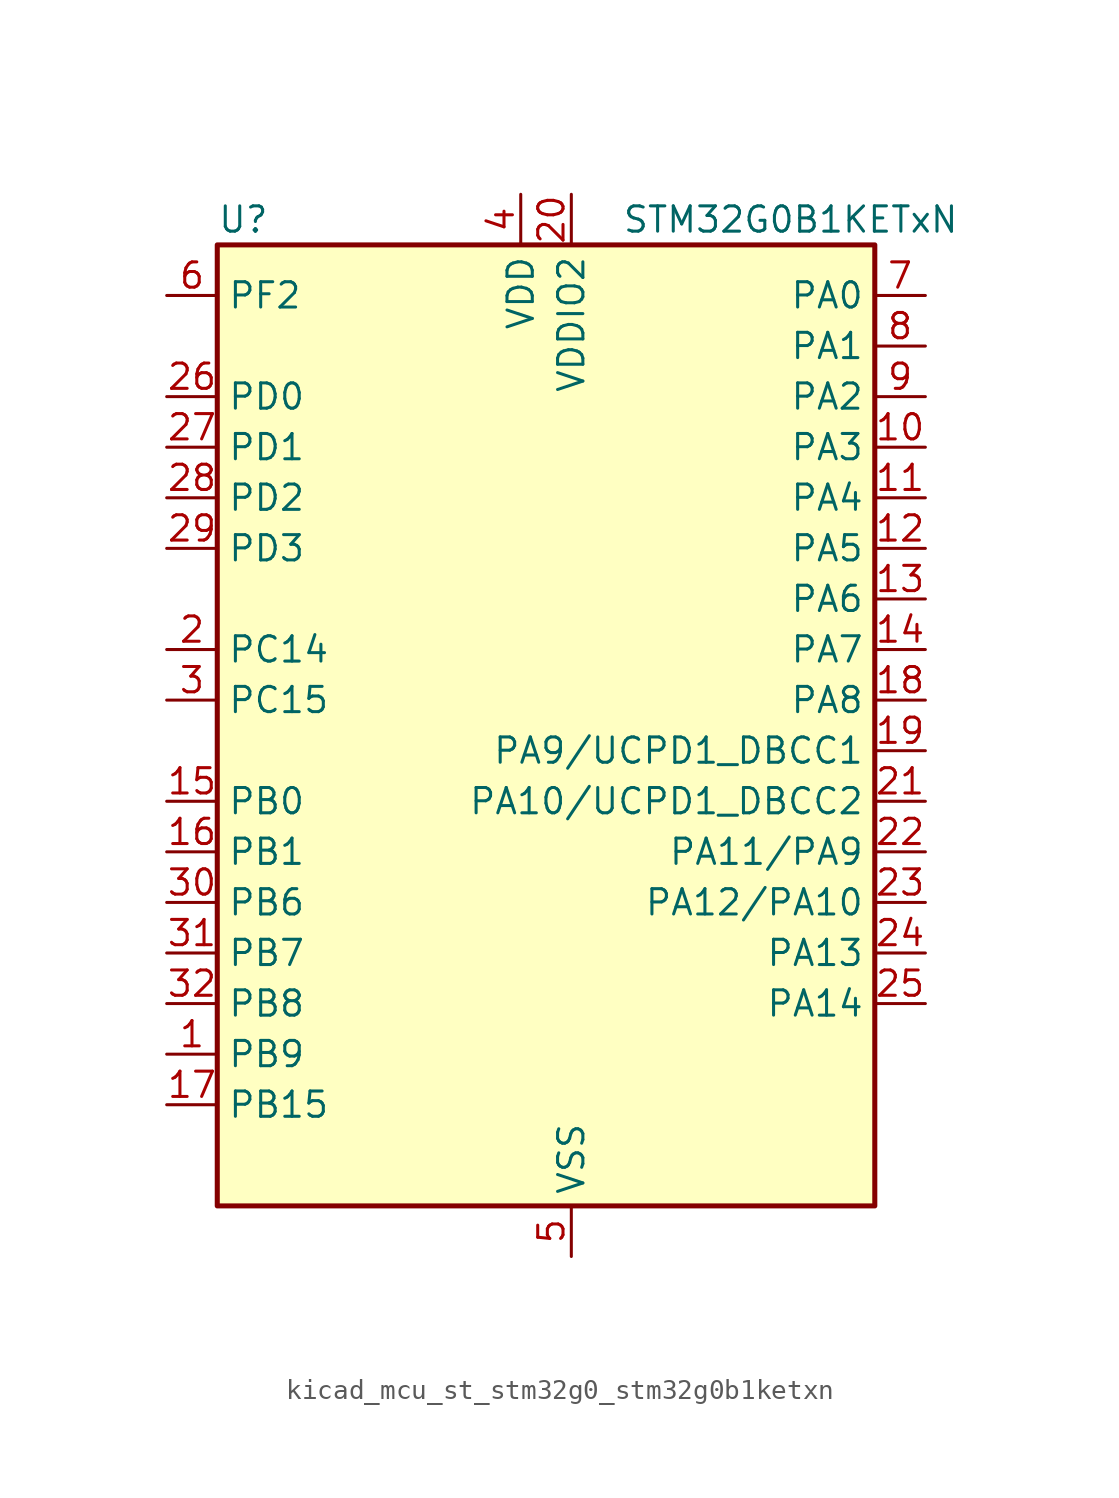
<source format=kicad_sym>
(kicad_symbol_lib
  (version 20220914)
  (generator kicad_symbol_editor)
  (symbol "kicad_mcu_st_stm32g0_stm32g0b1ketxn"
    (property "Reference" "U"
      (at -15.24 26.67 0)
      (effects (font (size 1.27 1.27)) (justify left)))
    (property "Value" "STM32G0B1KETxN"
      (at 5.08 26.67 0)
      (effects (font (size 1.27 1.27)) (justify left)))
    (property "ki_locked" ""
      (at 0 0 0)
      (effects (font (size 1.27 1.27))))
    (symbol "kicad_mcu_st_stm32g0_stm32g0b1ketxn_0_1"
      (rectangle (start -15.24 -22.86) (end 17.78 25.4) (stroke (width 0.254) (type default)) (fill (type background))))
    (symbol "kicad_mcu_st_stm32g0_stm32g0b1ketxn_1_1"
      (pin bidirectional line (at -17.78 -15.24 0) (length 2.54) (name "PB9" (effects (font (size 1.27 1.27)))) (number "1" (effects (font (size 1.27 1.27)))) (alternate "DAC1_EXTI9" bidirectional line) (alternate "FDCAN1_TX" bidirectional line) (alternate "I2C1_SDA" bidirectional line) (alternate "I2S2_WS" bidirectional line) (alternate "IR_OUT" bidirectional line) (alternate "SPI2_NSS" bidirectional line) (alternate "TIM17_CH1" bidirectional line) (alternate "TIM4_CH4" bidirectional line) (alternate "UCPD2_FRSTX1" bidirectional line) (alternate "UCPD2_FRSTX2" bidirectional line) (alternate "USART3_RX" bidirectional line) (alternate "USART6_RX" bidirectional line))
      (pin bidirectional line (at 20.32 15.24 180) (length 2.54) (name "PA3" (effects (font (size 1.27 1.27)))) (number "10" (effects (font (size 1.27 1.27)))) (alternate "ADC1_IN3" bidirectional line) (alternate "COMP2_INP" bidirectional line) (alternate "I2S2_MCK" bidirectional line) (alternate "LPUART1_RX" bidirectional line) (alternate "SPI2_MISO" bidirectional line) (alternate "TIM15_CH2" bidirectional line) (alternate "TIM2_CH4" bidirectional line) (alternate "UCPD2_FRSTX1" bidirectional line) (alternate "UCPD2_FRSTX2" bidirectional line) (alternate "USART2_RX" bidirectional line))
      (pin bidirectional line (at 20.32 12.7 180) (length 2.54) (name "PA4" (effects (font (size 1.27 1.27)))) (number "11" (effects (font (size 1.27 1.27)))) (alternate "ADC1_IN4" bidirectional line) (alternate "DAC1_OUT1" bidirectional line) (alternate "I2S1_WS" bidirectional line) (alternate "I2S2_SD" bidirectional line) (alternate "LPTIM2_OUT" bidirectional line) (alternate "RTC_OUT1" bidirectional line) (alternate "RTC_TAMP_IN1" bidirectional line) (alternate "RTC_TS" bidirectional line) (alternate "SPI1_NSS" bidirectional line) (alternate "SPI2_MOSI" bidirectional line) (alternate "SYS_WKUP2" bidirectional line) (alternate "TIM14_CH1" bidirectional line) (alternate "UCPD2_FRSTX1" bidirectional line) (alternate "UCPD2_FRSTX2" bidirectional line) (alternate "USART6_TX" bidirectional line) (alternate "USB_NOE" bidirectional line))
      (pin bidirectional line (at 20.32 10.16 180) (length 2.54) (name "PA5" (effects (font (size 1.27 1.27)))) (number "12" (effects (font (size 1.27 1.27)))) (alternate "ADC1_IN5" bidirectional line) (alternate "CEC" bidirectional line) (alternate "DAC1_OUT2" bidirectional line) (alternate "I2S1_CK" bidirectional line) (alternate "LPTIM2_ETR" bidirectional line) (alternate "SPI1_SCK" bidirectional line) (alternate "TIM2_CH1" bidirectional line) (alternate "TIM2_ETR" bidirectional line) (alternate "UCPD1_FRSTX1" bidirectional line) (alternate "UCPD1_FRSTX2" bidirectional line) (alternate "USART3_TX" bidirectional line) (alternate "USART6_RX" bidirectional line))
      (pin bidirectional line (at 20.32 7.62 180) (length 2.54) (name "PA6" (effects (font (size 1.27 1.27)))) (number "13" (effects (font (size 1.27 1.27)))) (alternate "ADC1_IN6" bidirectional line) (alternate "COMP1_OUT" bidirectional line) (alternate "I2C2_SDA" bidirectional line) (alternate "I2C3_SDA" bidirectional line) (alternate "I2S1_MCK" bidirectional line) (alternate "LPUART1_CTS" bidirectional line) (alternate "SPI1_MISO" bidirectional line) (alternate "TIM16_CH1" bidirectional line) (alternate "TIM1_BK" bidirectional line) (alternate "TIM3_CH1" bidirectional line) (alternate "USART3_CTS" bidirectional line) (alternate "USART3_NSS" bidirectional line) (alternate "USART6_CTS" bidirectional line) (alternate "USART6_NSS" bidirectional line))
      (pin bidirectional line (at 20.32 5.08 180) (length 2.54) (name "PA7" (effects (font (size 1.27 1.27)))) (number "14" (effects (font (size 1.27 1.27)))) (alternate "ADC1_IN7" bidirectional line) (alternate "COMP2_OUT" bidirectional line) (alternate "I2C2_SCL" bidirectional line) (alternate "I2C3_SCL" bidirectional line) (alternate "I2S1_SD" bidirectional line) (alternate "SPI1_MOSI" bidirectional line) (alternate "TIM14_CH1" bidirectional line) (alternate "TIM17_CH1" bidirectional line) (alternate "TIM1_CH1N" bidirectional line) (alternate "TIM3_CH2" bidirectional line) (alternate "UCPD1_FRSTX1" bidirectional line) (alternate "UCPD1_FRSTX2" bidirectional line) (alternate "USART6_CK" bidirectional line) (alternate "USART6_DE" bidirectional line) (alternate "USART6_RTS" bidirectional line))
      (pin bidirectional line (at -17.78 -2.54 0) (length 2.54) (name "PB0" (effects (font (size 1.27 1.27)))) (number "15" (effects (font (size 1.27 1.27)))) (alternate "ADC1_IN8" bidirectional line) (alternate "COMP1_OUT" bidirectional line) (alternate "COMP3_INP" bidirectional line) (alternate "FDCAN2_RX" bidirectional line) (alternate "I2S1_WS" bidirectional line) (alternate "LPTIM1_OUT" bidirectional line) (alternate "LPUART2_CTS" bidirectional line) (alternate "SPI1_NSS" bidirectional line) (alternate "TIM1_CH2N" bidirectional line) (alternate "TIM3_CH3" bidirectional line) (alternate "UCPD1_FRSTX1" bidirectional line) (alternate "UCPD1_FRSTX2" bidirectional line) (alternate "USART3_RX" bidirectional line) (alternate "USART5_TX" bidirectional line))
      (pin bidirectional line (at -17.78 -5.08 0) (length 2.54) (name "PB1" (effects (font (size 1.27 1.27)))) (number "16" (effects (font (size 1.27 1.27)))) (alternate "ADC1_IN9" bidirectional line) (alternate "COMP1_INM" bidirectional line) (alternate "COMP3_OUT" bidirectional line) (alternate "FDCAN2_TX" bidirectional line) (alternate "LPTIM2_IN1" bidirectional line) (alternate "LPUART1_DE" bidirectional line) (alternate "LPUART1_RTS" bidirectional line) (alternate "LPUART2_DE" bidirectional line) (alternate "LPUART2_RTS" bidirectional line) (alternate "TIM14_CH1" bidirectional line) (alternate "TIM1_CH3N" bidirectional line) (alternate "TIM3_CH4" bidirectional line) (alternate "USART3_CK" bidirectional line) (alternate "USART3_DE" bidirectional line) (alternate "USART3_RTS" bidirectional line) (alternate "USART5_RX" bidirectional line))
      (pin bidirectional line (at -17.78 -17.78 0) (length 2.54) (name "PB15" (effects (font (size 1.27 1.27)))) (number "17" (effects (font (size 1.27 1.27)))) (alternate "I2S2_SD" bidirectional line) (alternate "RTC_REFIN" bidirectional line) (alternate "SPI2_MOSI" bidirectional line) (alternate "TIM15_CH1N" bidirectional line) (alternate "TIM15_CH2" bidirectional line) (alternate "TIM1_CH3N" bidirectional line) (alternate "UCPD1_CC2" bidirectional line) (alternate "USART6_CTS" bidirectional line) (alternate "USART6_NSS" bidirectional line))
      (pin bidirectional line (at 20.32 2.54 180) (length 2.54) (name "PA8" (effects (font (size 1.27 1.27)))) (number "18" (effects (font (size 1.27 1.27)))) (alternate "CRS1_SYNC" bidirectional line) (alternate "I2C2_SMBA" bidirectional line) (alternate "I2S2_WS" bidirectional line) (alternate "LPTIM2_OUT" bidirectional line) (alternate "RCC_MCO" bidirectional line) (alternate "SPI2_NSS" bidirectional line) (alternate "TIM1_CH1" bidirectional line) (alternate "UCPD1_CC1" bidirectional line))
      (pin bidirectional line (at 20.32 0 180) (length 2.54) (name "PA9/UCPD1_DBCC1" (effects (font (size 1.27 1.27)))) (number "19" (effects (font (size 1.27 1.27)))) (alternate "DAC1_EXTI9" bidirectional line) (alternate "I2C1_SCL" bidirectional line) (alternate "I2C2_SCL" bidirectional line) (alternate "I2S2_MCK" bidirectional line) (alternate "RCC_MCO" bidirectional line) (alternate "SPI2_MISO" bidirectional line) (alternate "TIM15_BK" bidirectional line) (alternate "TIM1_CH2" bidirectional line) (alternate "UCPD1_DBCC1" bidirectional line) (alternate "USART1_TX" bidirectional line))
      (pin bidirectional line (at -17.78 5.08 0) (length 2.54) (name "PC14" (effects (font (size 1.27 1.27)))) (number "2" (effects (font (size 1.27 1.27)))) (alternate "RCC_OSC32_IN" bidirectional line) (alternate "RCC_OSC_IN" bidirectional line) (alternate "TIM1_BK2" bidirectional line))
      (pin power_in line (at 2.54 27.94 270) (length 2.54) (name "VDDIO2" (effects (font (size 1.27 1.27)))) (number "20" (effects (font (size 1.27 1.27)))))
      (pin bidirectional line (at 20.32 -2.54 180) (length 2.54) (name "PA10/UCPD1_DBCC2" (effects (font (size 1.27 1.27)))) (number "21" (effects (font (size 1.27 1.27)))) (alternate "I2C1_SDA" bidirectional line) (alternate "I2C2_SDA" bidirectional line) (alternate "I2S2_SD" bidirectional line) (alternate "RCC_MCO_2" bidirectional line) (alternate "SPI2_MOSI" bidirectional line) (alternate "TIM17_BK" bidirectional line) (alternate "TIM1_CH3" bidirectional line) (alternate "UCPD1_DBCC2" bidirectional line) (alternate "USART1_RX" bidirectional line))
      (pin bidirectional line (at 20.32 -5.08 180) (length 2.54) (name "PA11/PA9" (effects (font (size 1.27 1.27)))) (number "22" (effects (font (size 1.27 1.27)))) (alternate "ADC1_EXTI11" bidirectional line) (alternate "COMP1_OUT" bidirectional line) (alternate "FDCAN1_RX" bidirectional line) (alternate "I2C2_SCL" bidirectional line) (alternate "I2S1_MCK" bidirectional line) (alternate "SPI1_MISO" bidirectional line) (alternate "TIM1_BK2" bidirectional line) (alternate "TIM1_CH4" bidirectional line) (alternate "USART1_CTS" bidirectional line) (alternate "USART1_NSS" bidirectional line) (alternate "USB_DM" bidirectional line))
      (pin bidirectional line (at 20.32 -7.62 180) (length 2.54) (name "PA12/PA10" (effects (font (size 1.27 1.27)))) (number "23" (effects (font (size 1.27 1.27)))) (alternate "COMP2_OUT" bidirectional line) (alternate "FDCAN1_TX" bidirectional line) (alternate "I2C2_SDA" bidirectional line) (alternate "I2S1_SD" bidirectional line) (alternate "I2S_CKIN" bidirectional line) (alternate "SPI1_MOSI" bidirectional line) (alternate "TIM1_ETR" bidirectional line) (alternate "USART1_CK" bidirectional line) (alternate "USART1_DE" bidirectional line) (alternate "USART1_RTS" bidirectional line) (alternate "USB_DP" bidirectional line))
      (pin bidirectional line (at 20.32 -10.16 180) (length 2.54) (name "PA13" (effects (font (size 1.27 1.27)))) (number "24" (effects (font (size 1.27 1.27)))) (alternate "IR_OUT" bidirectional line) (alternate "LPUART2_RX" bidirectional line) (alternate "SYS_SWDIO" bidirectional line) (alternate "USB_NOE" bidirectional line))
      (pin bidirectional line (at 20.32 -12.7 180) (length 2.54) (name "PA14" (effects (font (size 1.27 1.27)))) (number "25" (effects (font (size 1.27 1.27)))) (alternate "LPUART2_TX" bidirectional line) (alternate "SYS_SWCLK" bidirectional line) (alternate "USART2_TX" bidirectional line))
      (pin bidirectional line (at -17.78 17.78 0) (length 2.54) (name "PD0" (effects (font (size 1.27 1.27)))) (number "26" (effects (font (size 1.27 1.27)))) (alternate "FDCAN1_RX" bidirectional line) (alternate "I2S2_WS" bidirectional line) (alternate "SPI2_NSS" bidirectional line) (alternate "TIM16_CH1" bidirectional line) (alternate "UCPD2_CC1" bidirectional line))
      (pin bidirectional line (at -17.78 15.24 0) (length 2.54) (name "PD1" (effects (font (size 1.27 1.27)))) (number "27" (effects (font (size 1.27 1.27)))) (alternate "FDCAN1_TX" bidirectional line) (alternate "I2S2_CK" bidirectional line) (alternate "SPI2_SCK" bidirectional line) (alternate "TIM17_CH1" bidirectional line) (alternate "UCPD2_DBCC1" bidirectional line))
      (pin bidirectional line (at -17.78 12.7 0) (length 2.54) (name "PD2" (effects (font (size 1.27 1.27)))) (number "28" (effects (font (size 1.27 1.27)))) (alternate "TIM1_CH1N" bidirectional line) (alternate "TIM3_ETR" bidirectional line) (alternate "UCPD2_CC2" bidirectional line) (alternate "USART3_CK" bidirectional line) (alternate "USART3_DE" bidirectional line) (alternate "USART3_RTS" bidirectional line) (alternate "USART5_RX" bidirectional line))
      (pin bidirectional line (at -17.78 10.16 0) (length 2.54) (name "PD3" (effects (font (size 1.27 1.27)))) (number "29" (effects (font (size 1.27 1.27)))) (alternate "I2S2_MCK" bidirectional line) (alternate "SPI2_MISO" bidirectional line) (alternate "TIM1_CH2N" bidirectional line) (alternate "UCPD2_DBCC2" bidirectional line) (alternate "USART2_CTS" bidirectional line) (alternate "USART2_NSS" bidirectional line) (alternate "USART5_TX" bidirectional line))
      (pin bidirectional line (at -17.78 2.54 0) (length 2.54) (name "PC15" (effects (font (size 1.27 1.27)))) (number "3" (effects (font (size 1.27 1.27)))) (alternate "RCC_OSC32_EN" bidirectional line) (alternate "RCC_OSC32_OUT" bidirectional line) (alternate "RCC_OSC_EN" bidirectional line) (alternate "TIM15_BK" bidirectional line))
      (pin bidirectional line (at -17.78 -7.62 0) (length 2.54) (name "PB6" (effects (font (size 1.27 1.27)))) (number "30" (effects (font (size 1.27 1.27)))) (alternate "COMP2_INP" bidirectional line) (alternate "FDCAN2_TX" bidirectional line) (alternate "I2C1_SCL" bidirectional line) (alternate "I2S2_MCK" bidirectional line) (alternate "LPTIM1_ETR" bidirectional line) (alternate "LPUART2_TX" bidirectional line) (alternate "SPI2_MISO" bidirectional line) (alternate "TIM16_CH1N" bidirectional line) (alternate "TIM1_CH3" bidirectional line) (alternate "TIM4_CH1" bidirectional line) (alternate "USART1_TX" bidirectional line) (alternate "USART5_CTS" bidirectional line) (alternate "USART5_NSS" bidirectional line))
      (pin bidirectional line (at -17.78 -10.16 0) (length 2.54) (name "PB7" (effects (font (size 1.27 1.27)))) (number "31" (effects (font (size 1.27 1.27)))) (alternate "COMP2_INM" bidirectional line) (alternate "I2C1_SDA" bidirectional line) (alternate "I2S2_SD" bidirectional line) (alternate "LPTIM1_IN2" bidirectional line) (alternate "LPUART2_RX" bidirectional line) (alternate "SPI2_MOSI" bidirectional line) (alternate "SYS_PVD_IN" bidirectional line) (alternate "TIM17_CH1N" bidirectional line) (alternate "TIM4_CH2" bidirectional line) (alternate "USART1_RX" bidirectional line) (alternate "USART4_CTS" bidirectional line) (alternate "USART4_NSS" bidirectional line))
      (pin bidirectional line (at -17.78 -12.7 0) (length 2.54) (name "PB8" (effects (font (size 1.27 1.27)))) (number "32" (effects (font (size 1.27 1.27)))) (alternate "CEC" bidirectional line) (alternate "FDCAN1_RX" bidirectional line) (alternate "I2C1_SCL" bidirectional line) (alternate "I2S2_CK" bidirectional line) (alternate "SPI2_SCK" bidirectional line) (alternate "TIM15_BK" bidirectional line) (alternate "TIM16_CH1" bidirectional line) (alternate "TIM4_CH3" bidirectional line) (alternate "USART3_TX" bidirectional line) (alternate "USART6_TX" bidirectional line))
      (pin power_in line (at 0 27.94 270) (length 2.54) (name "VDD" (effects (font (size 1.27 1.27)))) (number "4" (effects (font (size 1.27 1.27)))))
      (pin power_in line (at 2.54 -25.4 90) (length 2.54) (name "VSS" (effects (font (size 1.27 1.27)))) (number "5" (effects (font (size 1.27 1.27)))))
      (pin bidirectional line (at -17.78 22.86 0) (length 2.54) (name "PF2" (effects (font (size 1.27 1.27)))) (number "6" (effects (font (size 1.27 1.27)))) (alternate "LPUART2_DE" bidirectional line) (alternate "LPUART2_RTS" bidirectional line) (alternate "LPUART2_TX" bidirectional line) (alternate "RCC_MCO" bidirectional line))
      (pin bidirectional line (at 20.32 22.86 180) (length 2.54) (name "PA0" (effects (font (size 1.27 1.27)))) (number "7" (effects (font (size 1.27 1.27)))) (alternate "ADC1_IN0" bidirectional line) (alternate "COMP1_INM" bidirectional line) (alternate "COMP1_OUT" bidirectional line) (alternate "I2S2_CK" bidirectional line) (alternate "LPTIM1_OUT" bidirectional line) (alternate "RTC_TAMP_IN2" bidirectional line) (alternate "SPI2_SCK" bidirectional line) (alternate "SYS_WKUP1" bidirectional line) (alternate "TIM2_CH1" bidirectional line) (alternate "TIM2_ETR" bidirectional line) (alternate "UCPD2_FRSTX1" bidirectional line) (alternate "UCPD2_FRSTX2" bidirectional line) (alternate "USART2_CTS" bidirectional line) (alternate "USART2_NSS" bidirectional line) (alternate "USART4_TX" bidirectional line))
      (pin bidirectional line (at 20.32 20.32 180) (length 2.54) (name "PA1" (effects (font (size 1.27 1.27)))) (number "8" (effects (font (size 1.27 1.27)))) (alternate "ADC1_IN1" bidirectional line) (alternate "COMP1_INP" bidirectional line) (alternate "I2C1_SMBA" bidirectional line) (alternate "I2S1_CK" bidirectional line) (alternate "SPI1_SCK" bidirectional line) (alternate "TIM15_CH1N" bidirectional line) (alternate "TIM2_CH2" bidirectional line) (alternate "USART2_CK" bidirectional line) (alternate "USART2_DE" bidirectional line) (alternate "USART2_RTS" bidirectional line) (alternate "USART4_RX" bidirectional line))
      (pin bidirectional line (at 20.32 17.78 180) (length 2.54) (name "PA2" (effects (font (size 1.27 1.27)))) (number "9" (effects (font (size 1.27 1.27)))) (alternate "ADC1_IN2" bidirectional line) (alternate "COMP2_INM" bidirectional line) (alternate "COMP2_OUT" bidirectional line) (alternate "I2S1_SD" bidirectional line) (alternate "LPUART1_TX" bidirectional line) (alternate "RCC_LSCO" bidirectional line) (alternate "SPI1_MOSI" bidirectional line) (alternate "SYS_WKUP4" bidirectional line) (alternate "TIM15_CH1" bidirectional line) (alternate "TIM2_CH3" bidirectional line) (alternate "UCPD1_FRSTX1" bidirectional line) (alternate "UCPD1_FRSTX2" bidirectional line) (alternate "USART2_TX" bidirectional line)))))
</source>
